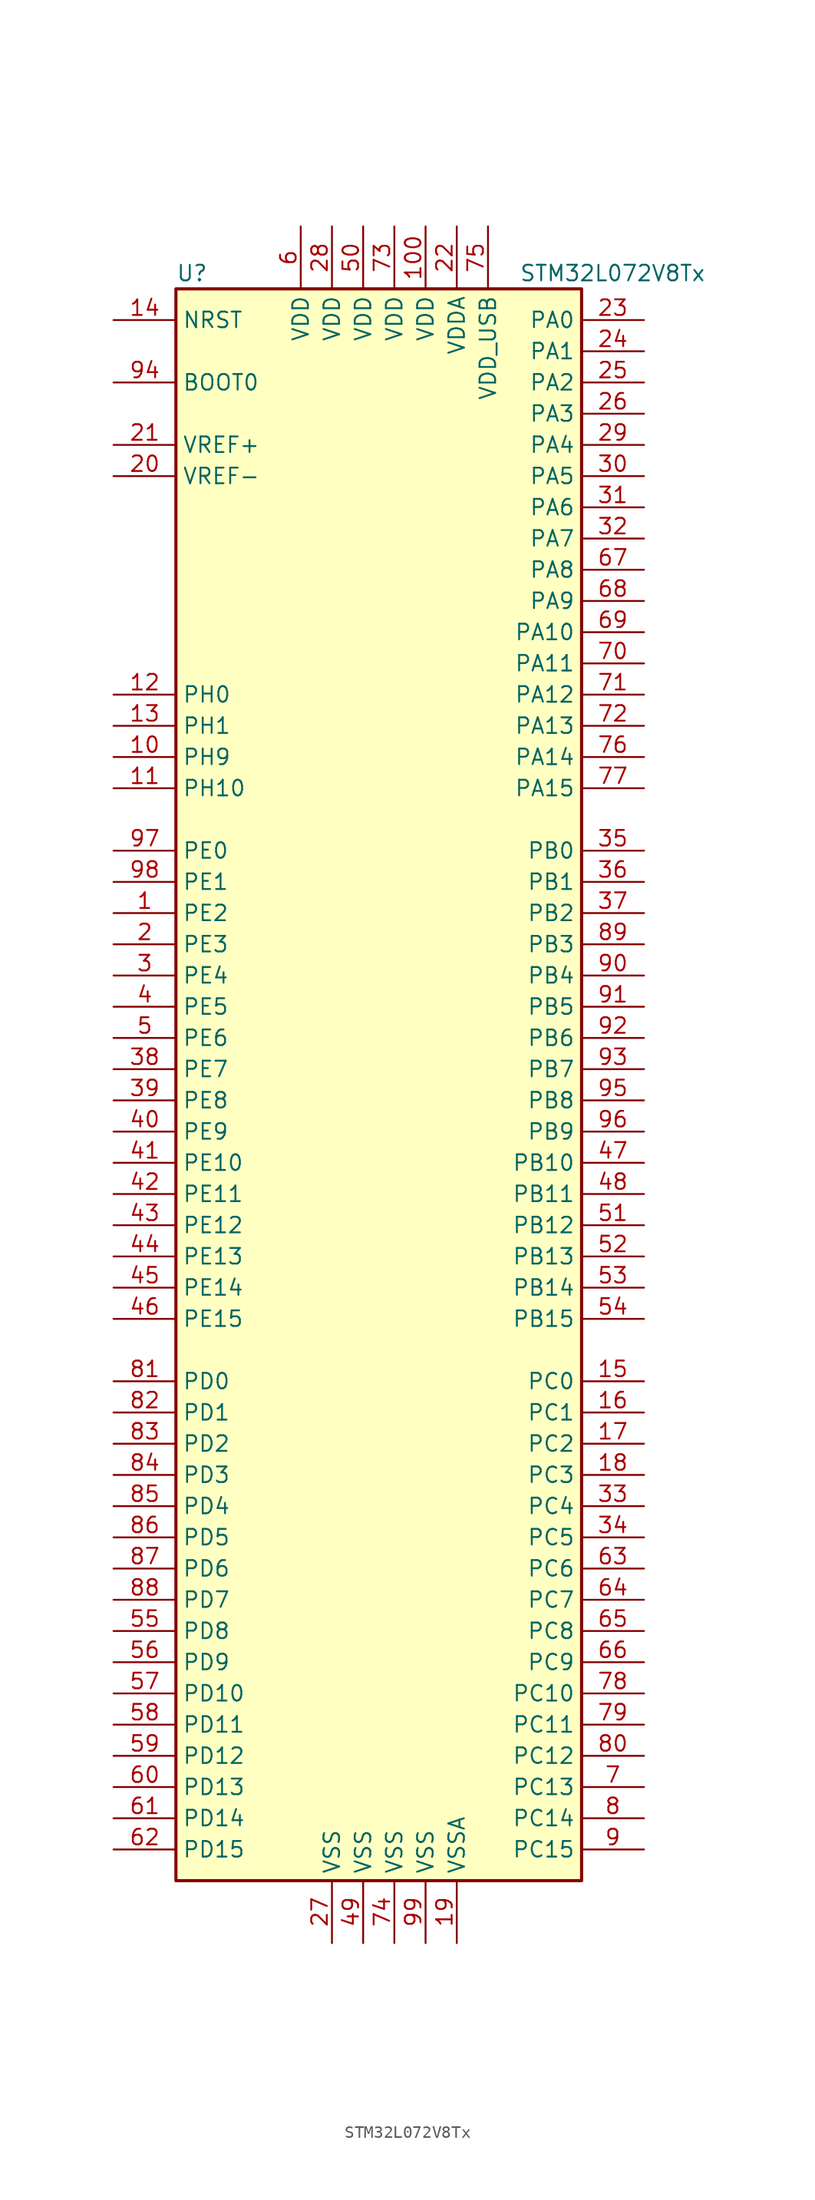
<source format=kicad_sym>
(kicad_symbol_lib
  (version 20201005)
  (generator kicad_symbol_editor)
  (symbol "STM32L072V8Tx"
    (property "Reference" "U"
      (at -17.78 64.77 0)
      (effects (font (size 1.27 1.27)) (justify left)))
    (property "Value" "STM32L072V8Tx"
      (at 10.16 64.77 0)
      (effects (font (size 1.27 1.27)) (justify left)))
    (symbol "STM32L072V8Tx_0_1"
      (rectangle (start -17.78 -66.04) (end 15.24 63.5) (stroke (width 0.254)) (fill (type background))))
    (symbol "STM32L072V8Tx_1_1"
      (pin bidirectional line (at -22.86 12.7 0) (length 5.08) (name "PE2" (effects (font (size 1.27 1.27)))) (number "1" (effects (font (size 1.27 1.27)))))
      (pin bidirectional line (at -22.86 25.4 0) (length 5.08) (name "PH9" (effects (font (size 1.27 1.27)))) (number "10" (effects (font (size 1.27 1.27)))))
      (pin power_in line (at 2.54 68.58 270) (length 5.08) (name "VDD" (effects (font (size 1.27 1.27)))) (number "100" (effects (font (size 1.27 1.27)))))
      (pin bidirectional line (at -22.86 22.86 0) (length 5.08) (name "PH10" (effects (font (size 1.27 1.27)))) (number "11" (effects (font (size 1.27 1.27)))))
      (pin input line (at -22.86 30.48 0) (length 5.08) (name "PH0" (effects (font (size 1.27 1.27)))) (number "12" (effects (font (size 1.27 1.27)))))
      (pin input line (at -22.86 27.94 0) (length 5.08) (name "PH1" (effects (font (size 1.27 1.27)))) (number "13" (effects (font (size 1.27 1.27)))))
      (pin input line (at -22.86 60.96 0) (length 5.08) (name "NRST" (effects (font (size 1.27 1.27)))) (number "14" (effects (font (size 1.27 1.27)))))
      (pin bidirectional line (at 20.32 -25.4 180) (length 5.08) (name "PC0" (effects (font (size 1.27 1.27)))) (number "15" (effects (font (size 1.27 1.27)))))
      (pin bidirectional line (at 20.32 -27.94 180) (length 5.08) (name "PC1" (effects (font (size 1.27 1.27)))) (number "16" (effects (font (size 1.27 1.27)))))
      (pin bidirectional line (at 20.32 -30.48 180) (length 5.08) (name "PC2" (effects (font (size 1.27 1.27)))) (number "17" (effects (font (size 1.27 1.27)))))
      (pin bidirectional line (at 20.32 -33.02 180) (length 5.08) (name "PC3" (effects (font (size 1.27 1.27)))) (number "18" (effects (font (size 1.27 1.27)))))
      (pin power_in line (at 5.08 -71.12 90) (length 5.08) (name "VSSA" (effects (font (size 1.27 1.27)))) (number "19" (effects (font (size 1.27 1.27)))))
      (pin bidirectional line (at -22.86 10.16 0) (length 5.08) (name "PE3" (effects (font (size 1.27 1.27)))) (number "2" (effects (font (size 1.27 1.27)))))
      (pin power_in line (at -22.86 48.26 0) (length 5.08) (name "VREF-" (effects (font (size 1.27 1.27)))) (number "20" (effects (font (size 1.27 1.27)))))
      (pin power_in line (at -22.86 50.8 0) (length 5.08) (name "VREF+" (effects (font (size 1.27 1.27)))) (number "21" (effects (font (size 1.27 1.27)))))
      (pin power_in line (at 5.08 68.58 270) (length 5.08) (name "VDDA" (effects (font (size 1.27 1.27)))) (number "22" (effects (font (size 1.27 1.27)))))
      (pin bidirectional line (at 20.32 60.96 180) (length 5.08) (name "PA0" (effects (font (size 1.27 1.27)))) (number "23" (effects (font (size 1.27 1.27)))))
      (pin bidirectional line (at 20.32 58.42 180) (length 5.08) (name "PA1" (effects (font (size 1.27 1.27)))) (number "24" (effects (font (size 1.27 1.27)))))
      (pin bidirectional line (at 20.32 55.88 180) (length 5.08) (name "PA2" (effects (font (size 1.27 1.27)))) (number "25" (effects (font (size 1.27 1.27)))))
      (pin bidirectional line (at 20.32 53.34 180) (length 5.08) (name "PA3" (effects (font (size 1.27 1.27)))) (number "26" (effects (font (size 1.27 1.27)))))
      (pin power_in line (at -5.08 -71.12 90) (length 5.08) (name "VSS" (effects (font (size 1.27 1.27)))) (number "27" (effects (font (size 1.27 1.27)))))
      (pin power_in line (at -5.08 68.58 270) (length 5.08) (name "VDD" (effects (font (size 1.27 1.27)))) (number "28" (effects (font (size 1.27 1.27)))))
      (pin bidirectional line (at 20.32 50.8 180) (length 5.08) (name "PA4" (effects (font (size 1.27 1.27)))) (number "29" (effects (font (size 1.27 1.27)))))
      (pin bidirectional line (at -22.86 7.62 0) (length 5.08) (name "PE4" (effects (font (size 1.27 1.27)))) (number "3" (effects (font (size 1.27 1.27)))))
      (pin bidirectional line (at 20.32 48.26 180) (length 5.08) (name "PA5" (effects (font (size 1.27 1.27)))) (number "30" (effects (font (size 1.27 1.27)))))
      (pin bidirectional line (at 20.32 45.72 180) (length 5.08) (name "PA6" (effects (font (size 1.27 1.27)))) (number "31" (effects (font (size 1.27 1.27)))))
      (pin bidirectional line (at 20.32 43.18 180) (length 5.08) (name "PA7" (effects (font (size 1.27 1.27)))) (number "32" (effects (font (size 1.27 1.27)))))
      (pin bidirectional line (at 20.32 -35.56 180) (length 5.08) (name "PC4" (effects (font (size 1.27 1.27)))) (number "33" (effects (font (size 1.27 1.27)))))
      (pin bidirectional line (at 20.32 -38.1 180) (length 5.08) (name "PC5" (effects (font (size 1.27 1.27)))) (number "34" (effects (font (size 1.27 1.27)))))
      (pin bidirectional line (at 20.32 17.78 180) (length 5.08) (name "PB0" (effects (font (size 1.27 1.27)))) (number "35" (effects (font (size 1.27 1.27)))))
      (pin bidirectional line (at 20.32 15.24 180) (length 5.08) (name "PB1" (effects (font (size 1.27 1.27)))) (number "36" (effects (font (size 1.27 1.27)))))
      (pin bidirectional line (at 20.32 12.7 180) (length 5.08) (name "PB2" (effects (font (size 1.27 1.27)))) (number "37" (effects (font (size 1.27 1.27)))))
      (pin bidirectional line (at -22.86 0 0) (length 5.08) (name "PE7" (effects (font (size 1.27 1.27)))) (number "38" (effects (font (size 1.27 1.27)))))
      (pin bidirectional line (at -22.86 -2.54 0) (length 5.08) (name "PE8" (effects (font (size 1.27 1.27)))) (number "39" (effects (font (size 1.27 1.27)))))
      (pin bidirectional line (at -22.86 5.08 0) (length 5.08) (name "PE5" (effects (font (size 1.27 1.27)))) (number "4" (effects (font (size 1.27 1.27)))))
      (pin bidirectional line (at -22.86 -5.08 0) (length 5.08) (name "PE9" (effects (font (size 1.27 1.27)))) (number "40" (effects (font (size 1.27 1.27)))))
      (pin bidirectional line (at -22.86 -7.62 0) (length 5.08) (name "PE10" (effects (font (size 1.27 1.27)))) (number "41" (effects (font (size 1.27 1.27)))))
      (pin bidirectional line (at -22.86 -10.16 0) (length 5.08) (name "PE11" (effects (font (size 1.27 1.27)))) (number "42" (effects (font (size 1.27 1.27)))))
      (pin bidirectional line (at -22.86 -12.7 0) (length 5.08) (name "PE12" (effects (font (size 1.27 1.27)))) (number "43" (effects (font (size 1.27 1.27)))))
      (pin bidirectional line (at -22.86 -15.24 0) (length 5.08) (name "PE13" (effects (font (size 1.27 1.27)))) (number "44" (effects (font (size 1.27 1.27)))))
      (pin bidirectional line (at -22.86 -17.78 0) (length 5.08) (name "PE14" (effects (font (size 1.27 1.27)))) (number "45" (effects (font (size 1.27 1.27)))))
      (pin bidirectional line (at -22.86 -20.32 0) (length 5.08) (name "PE15" (effects (font (size 1.27 1.27)))) (number "46" (effects (font (size 1.27 1.27)))))
      (pin bidirectional line (at 20.32 -7.62 180) (length 5.08) (name "PB10" (effects (font (size 1.27 1.27)))) (number "47" (effects (font (size 1.27 1.27)))))
      (pin bidirectional line (at 20.32 -10.16 180) (length 5.08) (name "PB11" (effects (font (size 1.27 1.27)))) (number "48" (effects (font (size 1.27 1.27)))))
      (pin power_in line (at -2.54 -71.12 90) (length 5.08) (name "VSS" (effects (font (size 1.27 1.27)))) (number "49" (effects (font (size 1.27 1.27)))))
      (pin bidirectional line (at -22.86 2.54 0) (length 5.08) (name "PE6" (effects (font (size 1.27 1.27)))) (number "5" (effects (font (size 1.27 1.27)))))
      (pin power_in line (at -2.54 68.58 270) (length 5.08) (name "VDD" (effects (font (size 1.27 1.27)))) (number "50" (effects (font (size 1.27 1.27)))))
      (pin bidirectional line (at 20.32 -12.7 180) (length 5.08) (name "PB12" (effects (font (size 1.27 1.27)))) (number "51" (effects (font (size 1.27 1.27)))))
      (pin bidirectional line (at 20.32 -15.24 180) (length 5.08) (name "PB13" (effects (font (size 1.27 1.27)))) (number "52" (effects (font (size 1.27 1.27)))))
      (pin bidirectional line (at 20.32 -17.78 180) (length 5.08) (name "PB14" (effects (font (size 1.27 1.27)))) (number "53" (effects (font (size 1.27 1.27)))))
      (pin bidirectional line (at 20.32 -20.32 180) (length 5.08) (name "PB15" (effects (font (size 1.27 1.27)))) (number "54" (effects (font (size 1.27 1.27)))))
      (pin bidirectional line (at -22.86 -45.72 0) (length 5.08) (name "PD8" (effects (font (size 1.27 1.27)))) (number "55" (effects (font (size 1.27 1.27)))))
      (pin bidirectional line (at -22.86 -48.26 0) (length 5.08) (name "PD9" (effects (font (size 1.27 1.27)))) (number "56" (effects (font (size 1.27 1.27)))))
      (pin bidirectional line (at -22.86 -50.8 0) (length 5.08) (name "PD10" (effects (font (size 1.27 1.27)))) (number "57" (effects (font (size 1.27 1.27)))))
      (pin bidirectional line (at -22.86 -53.34 0) (length 5.08) (name "PD11" (effects (font (size 1.27 1.27)))) (number "58" (effects (font (size 1.27 1.27)))))
      (pin bidirectional line (at -22.86 -55.88 0) (length 5.08) (name "PD12" (effects (font (size 1.27 1.27)))) (number "59" (effects (font (size 1.27 1.27)))))
      (pin power_in line (at -7.62 68.58 270) (length 5.08) (name "VDD" (effects (font (size 1.27 1.27)))) (number "6" (effects (font (size 1.27 1.27)))))
      (pin bidirectional line (at -22.86 -58.42 0) (length 5.08) (name "PD13" (effects (font (size 1.27 1.27)))) (number "60" (effects (font (size 1.27 1.27)))))
      (pin bidirectional line (at -22.86 -60.96 0) (length 5.08) (name "PD14" (effects (font (size 1.27 1.27)))) (number "61" (effects (font (size 1.27 1.27)))))
      (pin bidirectional line (at -22.86 -63.5 0) (length 5.08) (name "PD15" (effects (font (size 1.27 1.27)))) (number "62" (effects (font (size 1.27 1.27)))))
      (pin bidirectional line (at 20.32 -40.64 180) (length 5.08) (name "PC6" (effects (font (size 1.27 1.27)))) (number "63" (effects (font (size 1.27 1.27)))))
      (pin bidirectional line (at 20.32 -43.18 180) (length 5.08) (name "PC7" (effects (font (size 1.27 1.27)))) (number "64" (effects (font (size 1.27 1.27)))))
      (pin bidirectional line (at 20.32 -45.72 180) (length 5.08) (name "PC8" (effects (font (size 1.27 1.27)))) (number "65" (effects (font (size 1.27 1.27)))))
      (pin bidirectional line (at 20.32 -48.26 180) (length 5.08) (name "PC9" (effects (font (size 1.27 1.27)))) (number "66" (effects (font (size 1.27 1.27)))))
      (pin bidirectional line (at 20.32 40.64 180) (length 5.08) (name "PA8" (effects (font (size 1.27 1.27)))) (number "67" (effects (font (size 1.27 1.27)))))
      (pin bidirectional line (at 20.32 38.1 180) (length 5.08) (name "PA9" (effects (font (size 1.27 1.27)))) (number "68" (effects (font (size 1.27 1.27)))))
      (pin bidirectional line (at 20.32 35.56 180) (length 5.08) (name "PA10" (effects (font (size 1.27 1.27)))) (number "69" (effects (font (size 1.27 1.27)))))
      (pin bidirectional line (at 20.32 -58.42 180) (length 5.08) (name "PC13" (effects (font (size 1.27 1.27)))) (number "7" (effects (font (size 1.27 1.27)))))
      (pin bidirectional line (at 20.32 33.02 180) (length 5.08) (name "PA11" (effects (font (size 1.27 1.27)))) (number "70" (effects (font (size 1.27 1.27)))))
      (pin bidirectional line (at 20.32 30.48 180) (length 5.08) (name "PA12" (effects (font (size 1.27 1.27)))) (number "71" (effects (font (size 1.27 1.27)))))
      (pin bidirectional line (at 20.32 27.94 180) (length 5.08) (name "PA13" (effects (font (size 1.27 1.27)))) (number "72" (effects (font (size 1.27 1.27)))))
      (pin power_in line (at 0 68.58 270) (length 5.08) (name "VDD" (effects (font (size 1.27 1.27)))) (number "73" (effects (font (size 1.27 1.27)))))
      (pin power_in line (at 0 -71.12 90) (length 5.08) (name "VSS" (effects (font (size 1.27 1.27)))) (number "74" (effects (font (size 1.27 1.27)))))
      (pin power_in line (at 7.62 68.58 270) (length 5.08) (name "VDD_USB" (effects (font (size 1.27 1.27)))) (number "75" (effects (font (size 1.27 1.27)))))
      (pin bidirectional line (at 20.32 25.4 180) (length 5.08) (name "PA14" (effects (font (size 1.27 1.27)))) (number "76" (effects (font (size 1.27 1.27)))))
      (pin bidirectional line (at 20.32 22.86 180) (length 5.08) (name "PA15" (effects (font (size 1.27 1.27)))) (number "77" (effects (font (size 1.27 1.27)))))
      (pin bidirectional line (at 20.32 -50.8 180) (length 5.08) (name "PC10" (effects (font (size 1.27 1.27)))) (number "78" (effects (font (size 1.27 1.27)))))
      (pin bidirectional line (at 20.32 -53.34 180) (length 5.08) (name "PC11" (effects (font (size 1.27 1.27)))) (number "79" (effects (font (size 1.27 1.27)))))
      (pin bidirectional line (at 20.32 -60.96 180) (length 5.08) (name "PC14" (effects (font (size 1.27 1.27)))) (number "8" (effects (font (size 1.27 1.27)))))
      (pin bidirectional line (at 20.32 -55.88 180) (length 5.08) (name "PC12" (effects (font (size 1.27 1.27)))) (number "80" (effects (font (size 1.27 1.27)))))
      (pin bidirectional line (at -22.86 -25.4 0) (length 5.08) (name "PD0" (effects (font (size 1.27 1.27)))) (number "81" (effects (font (size 1.27 1.27)))))
      (pin bidirectional line (at -22.86 -27.94 0) (length 5.08) (name "PD1" (effects (font (size 1.27 1.27)))) (number "82" (effects (font (size 1.27 1.27)))))
      (pin bidirectional line (at -22.86 -30.48 0) (length 5.08) (name "PD2" (effects (font (size 1.27 1.27)))) (number "83" (effects (font (size 1.27 1.27)))))
      (pin bidirectional line (at -22.86 -33.02 0) (length 5.08) (name "PD3" (effects (font (size 1.27 1.27)))) (number "84" (effects (font (size 1.27 1.27)))))
      (pin bidirectional line (at -22.86 -35.56 0) (length 5.08) (name "PD4" (effects (font (size 1.27 1.27)))) (number "85" (effects (font (size 1.27 1.27)))))
      (pin bidirectional line (at -22.86 -38.1 0) (length 5.08) (name "PD5" (effects (font (size 1.27 1.27)))) (number "86" (effects (font (size 1.27 1.27)))))
      (pin bidirectional line (at -22.86 -40.64 0) (length 5.08) (name "PD6" (effects (font (size 1.27 1.27)))) (number "87" (effects (font (size 1.27 1.27)))))
      (pin bidirectional line (at -22.86 -43.18 0) (length 5.08) (name "PD7" (effects (font (size 1.27 1.27)))) (number "88" (effects (font (size 1.27 1.27)))))
      (pin bidirectional line (at 20.32 10.16 180) (length 5.08) (name "PB3" (effects (font (size 1.27 1.27)))) (number "89" (effects (font (size 1.27 1.27)))))
      (pin bidirectional line (at 20.32 -63.5 180) (length 5.08) (name "PC15" (effects (font (size 1.27 1.27)))) (number "9" (effects (font (size 1.27 1.27)))))
      (pin bidirectional line (at 20.32 7.62 180) (length 5.08) (name "PB4" (effects (font (size 1.27 1.27)))) (number "90" (effects (font (size 1.27 1.27)))))
      (pin bidirectional line (at 20.32 5.08 180) (length 5.08) (name "PB5" (effects (font (size 1.27 1.27)))) (number "91" (effects (font (size 1.27 1.27)))))
      (pin bidirectional line (at 20.32 2.54 180) (length 5.08) (name "PB6" (effects (font (size 1.27 1.27)))) (number "92" (effects (font (size 1.27 1.27)))))
      (pin bidirectional line (at 20.32 0 180) (length 5.08) (name "PB7" (effects (font (size 1.27 1.27)))) (number "93" (effects (font (size 1.27 1.27)))))
      (pin input line (at -22.86 55.88 0) (length 5.08) (name "BOOT0" (effects (font (size 1.27 1.27)))) (number "94" (effects (font (size 1.27 1.27)))))
      (pin bidirectional line (at 20.32 -2.54 180) (length 5.08) (name "PB8" (effects (font (size 1.27 1.27)))) (number "95" (effects (font (size 1.27 1.27)))))
      (pin bidirectional line (at 20.32 -5.08 180) (length 5.08) (name "PB9" (effects (font (size 1.27 1.27)))) (number "96" (effects (font (size 1.27 1.27)))))
      (pin bidirectional line (at -22.86 17.78 0) (length 5.08) (name "PE0" (effects (font (size 1.27 1.27)))) (number "97" (effects (font (size 1.27 1.27)))))
      (pin bidirectional line (at -22.86 15.24 0) (length 5.08) (name "PE1" (effects (font (size 1.27 1.27)))) (number "98" (effects (font (size 1.27 1.27)))))
      (pin power_in line (at 2.54 -71.12 90) (length 5.08) (name "VSS" (effects (font (size 1.27 1.27)))) (number "99" (effects (font (size 1.27 1.27))))))))
</source>
